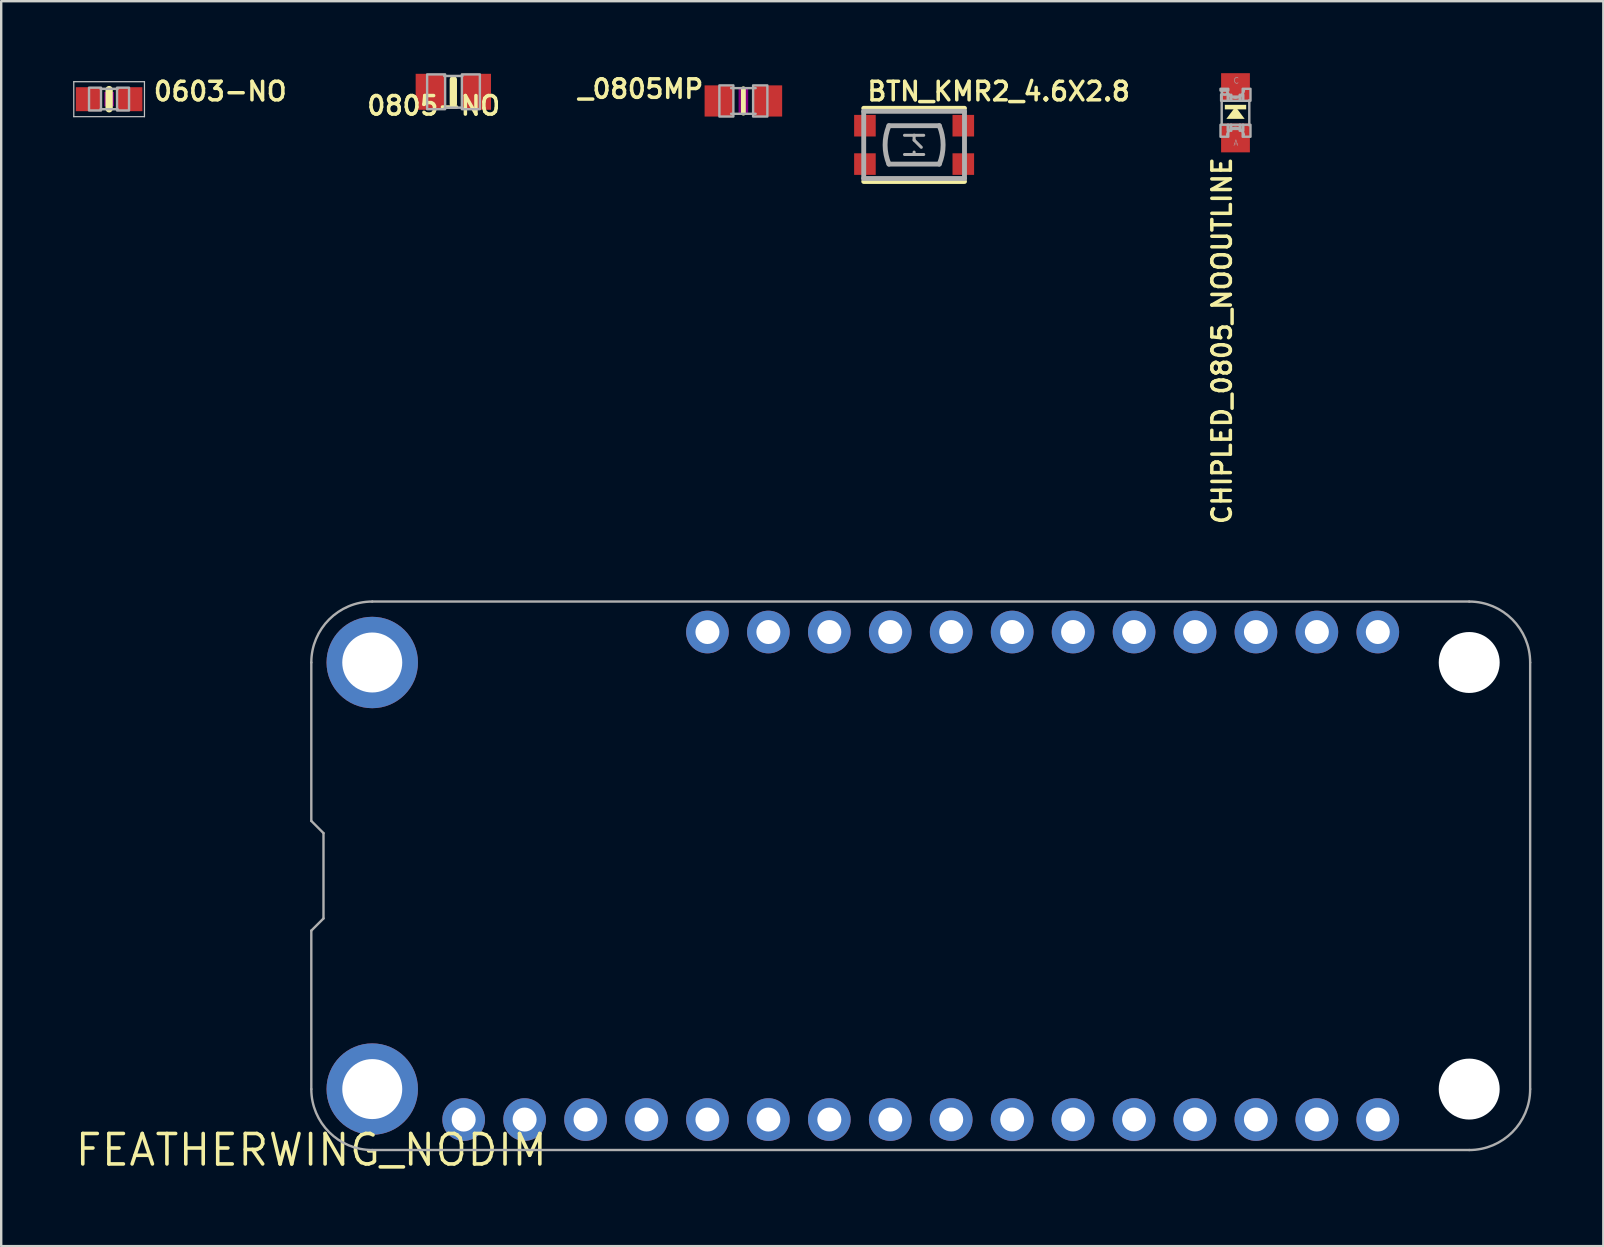
<source format=kicad_pcb>
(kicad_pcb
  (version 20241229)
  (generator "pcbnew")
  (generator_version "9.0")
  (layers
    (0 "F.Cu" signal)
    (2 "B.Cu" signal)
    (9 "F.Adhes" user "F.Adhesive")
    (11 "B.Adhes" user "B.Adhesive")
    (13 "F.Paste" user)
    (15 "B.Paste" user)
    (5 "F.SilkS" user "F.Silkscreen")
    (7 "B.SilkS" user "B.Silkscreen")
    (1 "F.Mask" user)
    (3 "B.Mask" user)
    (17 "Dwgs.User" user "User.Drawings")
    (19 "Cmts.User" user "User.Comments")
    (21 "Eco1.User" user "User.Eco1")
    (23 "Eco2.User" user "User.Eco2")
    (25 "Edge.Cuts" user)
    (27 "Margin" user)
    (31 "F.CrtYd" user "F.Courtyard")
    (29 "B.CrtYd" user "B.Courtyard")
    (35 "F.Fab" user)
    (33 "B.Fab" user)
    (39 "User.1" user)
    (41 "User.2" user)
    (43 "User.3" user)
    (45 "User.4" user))
  (footprint "0805-NO"
    (layer "F.Cu")
    (at 15.844 0.776)
    (property "Reference" "0805-NO" (at 2.032 0.127 0) (layer "F.SilkS") (effects (font (size 0.772 0.772) (thickness 0.146)) (justify right top)))
    (attr through_hole)
    (fp_line (start 0 -0.508) (end 0 0.508) (stroke (width 0.305) (type solid)) (layer "F.SilkS"))
    (fp_line (start -0.381 -0.66) (end 0.381 -0.66) (stroke (width 0.102) (type solid)) (layer "F.Fab"))
    (fp_line (start -0.356 0.66) (end 0.381 0.66) (stroke (width 0.102) (type solid)) (layer "F.Fab"))
    (fp_poly (pts (xy -1.092 0.724) (xy -0.342 0.724) (xy -0.342 -0.726) (xy -1.092 -0.726)) (stroke (width 0.1) (type solid)) (fill no) (layer "F.Fab"))
    (fp_poly (pts (xy 0.356 0.724) (xy 1.106 0.724) (xy 1.106 -0.726) (xy 0.356 -0.726)) (stroke (width 0.1) (type solid)) (fill no) (layer "F.Fab"))
    (pad "1" smd rect (at -0.95 0) (size 1.24 1.5) (layers "F.Cu" "F.Mask" "F.Paste"))
    (pad "2" smd rect (at 0.95 0) (size 1.24 1.5) (layers "F.Cu" "F.Mask" "F.Paste")))
  (footprint "0603-NO"
    (layer "F.Cu")
    (at 1.498 1.084)
    (property "Reference" "0603-NO" (at 1.778 0.127 0) (layer "F.SilkS") (effects (font (size 0.772 0.772) (thickness 0.146)) (justify left bottom)))
    (attr through_hole)
    (fp_line (start 0 -0.4) (end 0 0.4) (stroke (width 0.305) (type solid)) (layer "F.SilkS"))
    (fp_poly (pts (xy -0.2 0.3) (xy 0.2 0.3) (xy 0.2 -0.3) (xy -0.2 -0.3)) (stroke (width 0) (type solid)) (fill yes) (layer "F.Adhes"))
    (fp_line (start -1.473 -0.729) (end 1.473 -0.729) (stroke (width 0.051) (type solid)) (layer "Dwgs.User"))
    (fp_line (start -1.473 0.729) (end -1.473 -0.729) (stroke (width 0.051) (type solid)) (layer "Dwgs.User"))
    (fp_line (start 1.473 -0.729) (end 1.473 0.729) (stroke (width 0.051) (type solid)) (layer "Dwgs.User"))
    (fp_line (start 1.473 0.729) (end -1.473 0.729) (stroke (width 0.051) (type solid)) (layer "Dwgs.User"))
    (fp_line (start -0.356 -0.432) (end 0.356 -0.432) (stroke (width 0.102) (type solid)) (layer "F.Fab"))
    (fp_line (start -0.356 0.419) (end 0.356 0.419) (stroke (width 0.102) (type solid)) (layer "F.Fab"))
    (fp_poly (pts (xy -0.838 0.47) (xy -0.338 0.47) (xy -0.338 -0.48) (xy -0.838 -0.48)) (stroke (width 0.1) (type solid)) (fill no) (layer "F.Fab"))
    (fp_poly (pts (xy 0.33 0.47) (xy 0.83 0.47) (xy 0.83 -0.48) (xy 0.33 -0.48)) (stroke (width 0.1) (type solid)) (fill no) (layer "F.Fab"))
    (pad "1" smd rect (at -0.85 0) (size 1.075 1) (layers "F.Cu" "F.Mask" "F.Paste"))
    (pad "2" smd rect (at 0.85 0) (size 1.075 1) (layers "F.Cu" "F.Mask" "F.Paste")))
  (footprint "_0805MP"
    (layer "F.Cu")
    (at 27.933 1.158)
    (property "Reference" "_0805MP" (at -1.587 -0.953 0) (layer "F.SilkS") (effects (font (size 0.772 0.772) (thickness 0.146)) (justify right top)))
    (attr through_hole)
    (fp_line (start 0 -0.508) (end 0 0.508) (stroke (width 0.203) (type solid)) (layer "F.SilkS"))
    (fp_poly (pts (xy -0.2 0.5) (xy 0.2 0.5) (xy 0.2 -0.5) (xy -0.2 -0.5)) (stroke (width 0) (type solid)) (fill yes) (layer "F.Adhes"))
    (fp_line (start -0.51 -0.535) (end 0.51 -0.535) (stroke (width 0.102) (type solid)) (layer "F.Fab"))
    (fp_line (start -0.51 0.535) (end 0.51 0.535) (stroke (width 0.102) (type solid)) (layer "F.Fab"))
    (fp_poly (pts (xy -1 0.65) (xy -0.417 0.65) (xy -0.417 -0.65) (xy -1 -0.65)) (stroke (width 0.1) (type solid)) (fill no) (layer "F.Fab"))
    (fp_poly (pts (xy 0.406 0.65) (xy 1 0.65) (xy 1 -0.65) (xy 0.406 -0.65)) (stroke (width 0.1) (type solid)) (fill no) (layer "F.Fab"))
    (pad "1" smd rect (at -1.016 0) (size 1.2 1.3) (layers "F.Cu" "F.Mask" "F.Paste"))
    (pad "2" smd rect (at 1.016 0) (size 1.2 1.3) (layers "F.Cu" "F.Mask" "F.Paste")))
  (footprint "FEATHERWING_NODIM"
    (layer "F.Cu")
    (at 9.925 44.882)
    (property "Reference" "FEATHERWING_NODIM" (at 0 0 0) (layer "F.SilkS") (effects (font (size 1.27 1.27) (thickness 0.15))))
    (attr through_hole)
    (fp_line (start 0 -20.32) (end 0 -13.716) (stroke (width 0.1) (type solid)) (layer "F.Fab"))
    (fp_line (start 0 -13.716) (end 0.508 -13.208) (stroke (width 0.1) (type solid)) (layer "F.Fab"))
    (fp_line (start 0 -9.144) (end 0 -2.54) (stroke (width 0.1) (type solid)) (layer "F.Fab"))
    (fp_line (start 0.508 -13.208) (end 0.508 -9.652) (stroke (width 0.1) (type solid)) (layer "F.Fab"))
    (fp_line (start 0.508 -9.652) (end 0 -9.144) (stroke (width 0.1) (type solid)) (layer "F.Fab"))
    (fp_line (start 2.54 0) (end 48.26 0) (stroke (width 0.1) (type solid)) (layer "F.Fab"))
    (fp_line (start 48.26 -22.86) (end 2.54 -22.86) (stroke (width 0.1) (type solid)) (layer "F.Fab"))
    (fp_line (start 50.8 -2.54) (end 50.8 -20.32) (stroke (width 0.1) (type solid)) (layer "F.Fab"))
    (fp_arc (start 0 -20.32) (mid 0.743949 -22.116051) (end 2.54 -22.86) (stroke (width 0.1) (type solid)) (layer "F.Fab"))
    (fp_arc (start 2.54 0) (mid 0.743949 -0.743949) (end 0 -2.54) (stroke (width 0.1) (type solid)) (layer "F.Fab"))
    (fp_arc (start 48.26 -22.86) (mid 50.056051 -22.116051) (end 50.8 -20.32) (stroke (width 0.1) (type solid)) (layer "F.Fab"))
    (fp_arc (start 50.8 -2.54) (mid 50.056051 -0.743949) (end 48.26 0) (stroke (width 0.1) (type solid)) (layer "F.Fab"))
    (pad "" np_thru_hole circle (at 48.26 -20.32) (size 2.54 2.54) (drill 2.54) (layers "*.Cu" "*.Mask"))
    (pad "" np_thru_hole circle (at 48.26 -2.54) (size 2.54 2.54) (drill 2.54) (layers "*.Cu" "*.Mask"))
    (pad "1" thru_hole circle (at 6.35 -1.27) (size 1.778 1.778) (drill 1) (layers "*.Cu" "*.Mask"))
    (pad "2" thru_hole circle (at 8.89 -1.27) (size 1.778 1.778) (drill 1) (layers "*.Cu" "*.Mask"))
    (pad "3" thru_hole circle (at 11.43 -1.27) (size 1.778 1.778) (drill 1) (layers "*.Cu" "*.Mask"))
    (pad "4" thru_hole circle (at 13.97 -1.27) (size 1.778 1.778) (drill 1) (layers "*.Cu" "*.Mask"))
    (pad "5" thru_hole circle (at 16.51 -1.27) (size 1.778 1.778) (drill 1) (layers "*.Cu" "*.Mask"))
    (pad "6" thru_hole circle (at 19.05 -1.27) (size 1.778 1.778) (drill 1) (layers "*.Cu" "*.Mask"))
    (pad "7" thru_hole circle (at 21.59 -1.27) (size 1.778 1.778) (drill 1) (layers "*.Cu" "*.Mask"))
    (pad "8" thru_hole circle (at 24.13 -1.27) (size 1.778 1.778) (drill 1) (layers "*.Cu" "*.Mask"))
    (pad "9" thru_hole circle (at 26.67 -1.27) (size 1.778 1.778) (drill 1) (layers "*.Cu" "*.Mask"))
    (pad "10" thru_hole circle (at 29.21 -1.27) (size 1.778 1.778) (drill 1) (layers "*.Cu" "*.Mask"))
    (pad "11" thru_hole circle (at 31.75 -1.27) (size 1.778 1.778) (drill 1) (layers "*.Cu" "*.Mask"))
    (pad "12" thru_hole circle (at 34.29 -1.27) (size 1.778 1.778) (drill 1) (layers "*.Cu" "*.Mask"))
    (pad "13" thru_hole circle (at 36.83 -1.27) (size 1.778 1.778) (drill 1) (layers "*.Cu" "*.Mask"))
    (pad "14" thru_hole circle (at 39.37 -1.27) (size 1.778 1.778) (drill 1) (layers "*.Cu" "*.Mask"))
    (pad "15" thru_hole circle (at 41.91 -1.27) (size 1.778 1.778) (drill 1) (layers "*.Cu" "*.Mask"))
    (pad "16" thru_hole circle (at 44.45 -1.27) (size 1.778 1.778) (drill 1) (layers "*.Cu" "*.Mask"))
    (pad "17" thru_hole circle (at 44.45 -21.59) (size 1.778 1.778) (drill 1) (layers "*.Cu" "*.Mask"))
    (pad "18" thru_hole circle (at 41.91 -21.59) (size 1.778 1.778) (drill 1) (layers "*.Cu" "*.Mask"))
    (pad "19" thru_hole circle (at 39.37 -21.59) (size 1.778 1.778) (drill 1) (layers "*.Cu" "*.Mask"))
    (pad "20" thru_hole circle (at 36.83 -21.59) (size 1.778 1.778) (drill 1) (layers "*.Cu" "*.Mask"))
    (pad "21" thru_hole circle (at 34.29 -21.59) (size 1.778 1.778) (drill 1) (layers "*.Cu" "*.Mask"))
    (pad "22" thru_hole circle (at 31.75 -21.59) (size 1.778 1.778) (drill 1) (layers "*.Cu" "*.Mask"))
    (pad "23" thru_hole circle (at 29.21 -21.59) (size 1.778 1.778) (drill 1) (layers "*.Cu" "*.Mask"))
    (pad "24" thru_hole circle (at 26.67 -21.59) (size 1.778 1.778) (drill 1) (layers "*.Cu" "*.Mask"))
    (pad "25" thru_hole circle (at 24.13 -21.59) (size 1.778 1.778) (drill 1) (layers "*.Cu" "*.Mask"))
    (pad "26" thru_hole circle (at 21.59 -21.59) (size 1.778 1.778) (drill 1) (layers "*.Cu" "*.Mask"))
    (pad "27" thru_hole circle (at 19.05 -21.59) (size 1.778 1.778) (drill 1) (layers "*.Cu" "*.Mask"))
    (pad "28" thru_hole circle (at 16.51 -21.59) (size 1.778 1.778) (drill 1) (layers "*.Cu" "*.Mask"))
    (pad "P$1" thru_hole circle (at 2.54 -20.32) (size 3.81 3.81) (drill 2.5) (layers "*.Cu" "*.Mask"))
    (pad "P$2" thru_hole circle (at 2.54 -2.54) (size 3.81 3.81) (drill 2.5) (layers "*.Cu" "*.Mask")))
  (footprint "CHIPLED_0805_NOOUTLINE"
    (layer "F.Cu")
    (at 48.444 1.65)
    (property "Reference" "CHIPLED_0805_NOOUTLINE" (at -1.016 1.778 90) (layer "F.SilkS") (effects (font (size 0.772 0.772) (thickness 0.146)) (justify right top)))
    (attr through_hole)
    (fp_poly (pts (xy 0 -0.254) (xy -0.381 0.254) (xy 0.381 0.254)) (stroke (width 0) (type solid)) (fill yes) (layer "F.SilkS"))
    (fp_poly (pts (xy -0.445 -0.141) (xy 0.445 -0.141) (xy 0.445 -0.331) (xy -0.445 -0.331)) (stroke (width 0) (type solid)) (fill yes) (layer "F.SilkS"))
    (fp_line (start -0.575 0.5) (end -0.575 -0.925) (stroke (width 0.102) (type solid)) (layer "F.Fab"))
    (fp_line (start 0.575 -0.525) (end 0.575 0.525) (stroke (width 0.102) (type solid)) (layer "F.Fab"))
    (fp_arc (start -0.35 0.925) (mid -0.000001 0.625027) (end 0.35 0.924998) (stroke (width 0.1016) (type solid)) (layer "F.Fab"))
    (fp_arc (start 0.35 -0.924998) (mid -0.000001 -0.625027) (end -0.35 -0.925) (stroke (width 0.1016) (type solid)) (layer "F.Fab"))
    (fp_circle (center -0.45 -0.85) (end -0.347 -0.85) (stroke (width 0.076) (type solid)) (fill no) (layer "F.Fab"))
    (fp_poly (pts (xy -0.625 -0.925) (xy -0.3 -0.925) (xy -0.3 -1) (xy -0.625 -1)) (stroke (width 0.1) (type solid)) (fill no) (layer "F.Fab"))
    (fp_poly (pts (xy -0.625 1) (xy -0.3 1) (xy -0.3 0.5) (xy -0.625 0.5)) (stroke (width 0.1) (type solid)) (fill no) (layer "F.Fab"))
    (fp_poly (pts (xy -0.6 -0.5) (xy -0.3 -0.5) (xy -0.3 -0.762) (xy -0.6 -0.762)) (stroke (width 0.1) (type solid)) (fill no) (layer "F.Fab"))
    (fp_poly (pts (xy -0.325 -0.5) (xy -0.175 -0.5) (xy -0.175 -0.75) (xy -0.325 -0.75)) (stroke (width 0.1) (type solid)) (fill no) (layer "F.Fab"))
    (fp_poly (pts (xy -0.325 0.75) (xy -0.175 0.75) (xy -0.175 0.5) (xy -0.325 0.5)) (stroke (width 0.1) (type solid)) (fill no) (layer "F.Fab"))
    (fp_poly (pts (xy -0.2 -0.5) (xy 0.2 -0.5) (xy 0.2 -0.675) (xy -0.2 -0.675)) (stroke (width 0.1) (type solid)) (fill no) (layer "F.Fab"))
    (fp_poly (pts (xy -0.2 0.675) (xy 0.2 0.675) (xy 0.2 0.5) (xy -0.2 0.5)) (stroke (width 0.1) (type solid)) (fill no) (layer "F.Fab"))
    (fp_poly (pts (xy 0.175 -0.5) (xy 0.325 -0.5) (xy 0.325 -0.75) (xy 0.175 -0.75)) (stroke (width 0.1) (type solid)) (fill no) (layer "F.Fab"))
    (fp_poly (pts (xy 0.175 0.75) (xy 0.325 0.75) (xy 0.325 0.5) (xy 0.175 0.5)) (stroke (width 0.1) (type solid)) (fill no) (layer "F.Fab"))
    (fp_poly (pts (xy 0.3 -0.5) (xy 0.625 -0.5) (xy 0.625 -1) (xy 0.3 -1)) (stroke (width 0.1) (type solid)) (fill no) (layer "F.Fab"))
    (fp_poly (pts (xy 0.3 1) (xy 0.625 1) (xy 0.625 0.5) (xy 0.3 0.5)) (stroke (width 0.1) (type solid)) (fill no) (layer "F.Fab"))
    (fp_text user "C" (at -0.1 -1.2 0) (layer "F.Fab") (effects (font (size 0.241 0.241) (thickness 0.02)) (justify left bottom)))
    (fp_text user "A" (at -0.1 1.4 0) (layer "F.Fab") (effects (font (size 0.241 0.241) (thickness 0.02)) (justify left bottom)))
    (pad "A" smd rect (at 0 1.05) (size 1.2 1.2) (layers "F.Cu" "F.Mask" "F.Paste"))
    (pad "C" smd rect (at 0 -1.05) (size 1.2 1.2) (layers "F.Cu" "F.Mask" "F.Paste")))
  (footprint "BTN_KMR2_4.6X2.8"
    (layer "F.Cu")
    (at 35.049 2.989)
    (property "Reference" "BTN_KMR2_4.6X2.8" (at -2.032 -1.778 0) (layer "F.SilkS") (effects (font (size 0.772 0.772) (thickness 0.146)) (justify left bottom)))
    (attr through_hole)
    (fp_line (start -2.1 -1.525) (end 2.1 -1.525) (stroke (width 0.203) (type solid)) (layer "F.SilkS"))
    (fp_line (start 2.1 1.525) (end -2.1 1.525) (stroke (width 0.203) (type solid)) (layer "F.SilkS"))
    (fp_line (start -2.1 -1.4) (end 2.1 -1.4) (stroke (width 0.203) (type solid)) (layer "F.Fab"))
    (fp_line (start -2.1 1.4) (end -2.1 -1.4) (stroke (width 0.203) (type solid)) (layer "F.Fab"))
    (fp_line (start -1.05 -0.8) (end 1.05 -0.8) (stroke (width 0.203) (type solid)) (layer "F.Fab"))
    (fp_line (start -0.4 -0.4) (end 0 -0.4) (stroke (width 0.127) (type solid)) (layer "F.Fab"))
    (fp_line (start -0.4 0.4) (end 0 0.4) (stroke (width 0.127) (type solid)) (layer "F.Fab"))
    (fp_line (start 0 -0.4) (end 0 -0.2) (stroke (width 0.127) (type solid)) (layer "F.Fab"))
    (fp_line (start 0 -0.4) (end 0.4 -0.4) (stroke (width 0.127) (type solid)) (layer "F.Fab"))
    (fp_line (start 0 -0.2) (end 0.3 0.1) (stroke (width 0.127) (type solid)) (layer "F.Fab"))
    (fp_line (start 0 0.4) (end 0 0.3) (stroke (width 0.127) (type solid)) (layer "F.Fab"))
    (fp_line (start 0 0.4) (end 0.4 0.4) (stroke (width 0.127) (type solid)) (layer "F.Fab"))
    (fp_line (start 1.05 0.8) (end -1.05 0.8) (stroke (width 0.203) (type solid)) (layer "F.Fab"))
    (fp_line (start 2.1 -1.4) (end 2.1 1.4) (stroke (width 0.203) (type solid)) (layer "F.Fab"))
    (fp_line (start 2.1 1.4) (end -2.1 1.4) (stroke (width 0.203) (type solid)) (layer "F.Fab"))
    (fp_arc (start -1.05 0.8) (mid -1.209128 0) (end -1.05 -0.799999) (stroke (width 0.2032) (type solid)) (layer "F.Fab"))
    (fp_arc (start 1.05 -0.8) (mid 1.209128 0) (end 1.05 0.799999) (stroke (width 0.2032) (type solid)) (layer "F.Fab"))
    (pad "A" smd rect (at 2.05 -0.8) (size 0.9 0.9) (layers "F.Cu" "F.Mask" "F.Paste"))
    (pad "A'" smd rect (at -2.05 -0.8) (size 0.9 0.9) (layers "F.Cu" "F.Mask" "F.Paste"))
    (pad "B" smd rect (at 2.05 0.8) (size 0.9 0.9) (layers "F.Cu" "F.Mask" "F.Paste"))
    (pad "B'" smd rect (at -2.05 0.8) (size 0.9 0.9) (layers "F.Cu" "F.Mask" "F.Paste")))
  (gr_rect
    (start -3 -3)
    (end 63.775 48.888)
    (stroke (width 0.1) (type default))
    (fill no)
    (layer "Edge.Cuts")))
</source>
